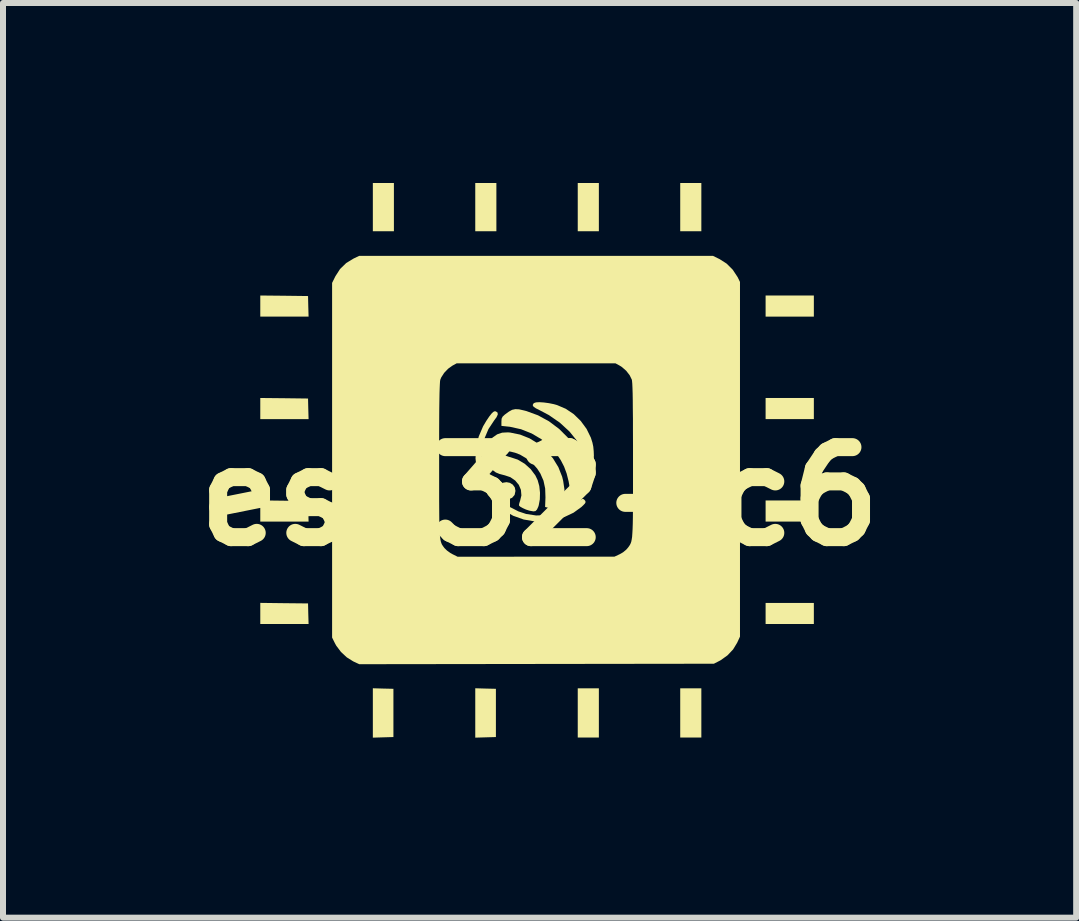
<source format=kicad_pcb>
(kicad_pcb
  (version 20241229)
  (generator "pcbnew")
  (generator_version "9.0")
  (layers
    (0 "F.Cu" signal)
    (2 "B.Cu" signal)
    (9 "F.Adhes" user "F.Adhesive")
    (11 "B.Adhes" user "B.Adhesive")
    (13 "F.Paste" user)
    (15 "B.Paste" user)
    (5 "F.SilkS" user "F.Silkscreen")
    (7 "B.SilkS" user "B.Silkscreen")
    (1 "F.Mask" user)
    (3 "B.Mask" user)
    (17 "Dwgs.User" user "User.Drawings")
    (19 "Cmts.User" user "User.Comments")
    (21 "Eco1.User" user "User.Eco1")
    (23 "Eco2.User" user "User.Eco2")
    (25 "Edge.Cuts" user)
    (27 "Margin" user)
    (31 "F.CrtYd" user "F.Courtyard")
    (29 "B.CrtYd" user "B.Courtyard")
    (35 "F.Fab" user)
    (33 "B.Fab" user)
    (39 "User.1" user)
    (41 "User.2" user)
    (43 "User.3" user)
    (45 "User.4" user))
  (footprint "esp32-c6"
    (layer "F.Cu")
    (at 5.943 5.224)
    (property "Reference" "esp32-c6" (at 0 0 0) (layer "F.SilkS") (effects (font (size 1.5 1.5) (thickness 0.3))))
    (attr board_only exclude_from_pos_files exclude_from_bom)
    (fp_poly (pts (xy -4.257 -3.345) (xy -3.859 -3.34) (xy -3.855 -3.169) (xy -3.85 -2.997) (xy -4.252 -2.997) (xy -4.655 -2.997) (xy -4.655 -3.173) (xy -4.655 -3.349)) (stroke (width 0) (type solid)) (fill yes) (layer "F.SilkS"))
    (fp_poly (pts (xy -4.257 -1.637) (xy -3.859 -1.632) (xy -3.855 -1.461) (xy -3.85 -1.289) (xy -4.252 -1.289) (xy -4.655 -1.289) (xy -4.655 -1.465) (xy -4.655 -1.641)) (stroke (width 0) (type solid)) (fill yes) (layer "F.SilkS"))
    (fp_poly (pts (xy -4.257 0.071) (xy -3.859 0.075) (xy -3.855 0.247) (xy -3.85 0.419) (xy -4.252 0.419) (xy -4.655 0.419) (xy -4.655 0.242) (xy -4.655 0.066)) (stroke (width 0) (type solid)) (fill yes) (layer "F.SilkS"))
    (fp_poly (pts (xy -4.257 1.779) (xy -3.859 1.783) (xy -3.855 1.955) (xy -3.85 2.126) (xy -4.252 2.126) (xy -4.655 2.126) (xy -4.655 1.95) (xy -4.655 1.774)) (stroke (width 0) (type solid)) (fill yes) (layer "F.SilkS"))
    (fp_poly (pts (xy -2.608 3.202) (xy -2.436 3.206) (xy -2.436 3.608) (xy -2.436 4.01) (xy -2.608 4.015) (xy -2.779 4.02) (xy -2.779 3.608) (xy -2.779 3.197)) (stroke (width 0) (type solid)) (fill yes) (layer "F.SilkS"))
    (fp_poly (pts (xy -2.428 -4.822) (xy -2.428 -4.42) (xy -2.604 -4.42) (xy -2.779 -4.42) (xy -2.779 -4.822) (xy -2.779 -5.224) (xy -2.604 -5.224) (xy -2.428 -5.224)) (stroke (width 0) (type solid)) (fill yes) (layer "F.SilkS"))
    (fp_poly (pts (xy -0.9 3.202) (xy -0.728 3.206) (xy -0.728 3.608) (xy -0.728 4.01) (xy -0.9 4.015) (xy -1.072 4.02) (xy -1.072 3.608) (xy -1.072 3.197)) (stroke (width 0) (type solid)) (fill yes) (layer "F.SilkS"))
    (fp_poly (pts (xy -0.72 -4.822) (xy -0.72 -4.42) (xy -0.896 -4.42) (xy -1.072 -4.42) (xy -1.072 -4.822) (xy -1.072 -5.224) (xy -0.896 -5.224) (xy -0.72 -5.224)) (stroke (width 0) (type solid)) (fill yes) (layer "F.SilkS"))
    (fp_poly (pts (xy 0.988 -4.822) (xy 0.988 -4.42) (xy 0.812 -4.42) (xy 0.636 -4.42) (xy 0.636 -4.822) (xy 0.636 -5.224) (xy 0.812 -5.224) (xy 0.988 -5.224)) (stroke (width 0) (type solid)) (fill yes) (layer "F.SilkS"))
    (fp_poly (pts (xy 0.988 3.608) (xy 0.988 4.018) (xy 0.812 4.018) (xy 0.636 4.018) (xy 0.636 3.608) (xy 0.636 3.198) (xy 0.812 3.198) (xy 0.988 3.198)) (stroke (width 0) (type solid)) (fill yes) (layer "F.SilkS"))
    (fp_poly (pts (xy 2.696 -4.822) (xy 2.696 -4.42) (xy 2.52 -4.42) (xy 2.344 -4.42) (xy 2.344 -4.822) (xy 2.344 -5.224) (xy 2.52 -5.224) (xy 2.696 -5.224)) (stroke (width 0) (type solid)) (fill yes) (layer "F.SilkS"))
    (fp_poly (pts (xy 2.696 3.608) (xy 2.696 4.018) (xy 2.52 4.018) (xy 2.344 4.018) (xy 2.344 3.608) (xy 2.344 3.198) (xy 2.52 3.198) (xy 2.696 3.198)) (stroke (width 0) (type solid)) (fill yes) (layer "F.SilkS"))
    (fp_poly (pts (xy 4.571 -3.173) (xy 4.571 -2.997) (xy 4.169 -2.997) (xy 3.767 -2.997) (xy 3.767 -3.173) (xy 3.767 -3.349) (xy 4.169 -3.349) (xy 4.571 -3.349)) (stroke (width 0) (type solid)) (fill yes) (layer "F.SilkS"))
    (fp_poly (pts (xy 4.571 -1.465) (xy 4.571 -1.289) (xy 4.169 -1.289) (xy 3.767 -1.289) (xy 3.767 -1.465) (xy 3.767 -1.641) (xy 4.169 -1.641) (xy 4.571 -1.641)) (stroke (width 0) (type solid)) (fill yes) (layer "F.SilkS"))
    (fp_poly (pts (xy 4.571 0.243) (xy 4.571 0.419) (xy 4.169 0.419) (xy 3.767 0.419) (xy 3.767 0.243) (xy 3.767 0.067) (xy 4.169 0.067) (xy 4.571 0.067)) (stroke (width 0) (type solid)) (fill yes) (layer "F.SilkS"))
    (fp_poly (pts (xy 4.571 1.951) (xy 4.571 2.126) (xy 4.169 2.126) (xy 3.767 2.126) (xy 3.767 1.951) (xy 3.767 1.775) (xy 4.169 1.775) (xy 4.571 1.775)) (stroke (width 0) (type solid)) (fill yes) (layer "F.SilkS"))
    (fp_poly (pts (xy -0.496 -0.227) (xy -0.447 -0.197) (xy -0.413 -0.15) (xy -0.402 -0.092) (xy -0.416 -0.026) (xy -0.457 0.022) (xy -0.518 0.048) (xy -0.549 0.05) (xy -0.608 0.041) (xy -0.648 0.013) (xy -0.686 -0.043) (xy -0.696 -0.097) (xy -0.686 -0.145) (xy -0.654 -0.198) (xy -0.607 -0.229) (xy -0.551 -0.238)) (stroke (width 0) (type solid)) (fill yes) (layer "F.SilkS"))
    (fp_poly (pts (xy 0.072 -1.566) (xy 0.154 -1.555) (xy 0.238 -1.538) (xy 0.291 -1.523) (xy 0.436 -1.461) (xy 0.569 -1.372) (xy 0.686 -1.258) (xy 0.783 -1.126) (xy 0.855 -0.979) (xy 0.881 -0.896) (xy 0.895 -0.829) (xy 0.902 -0.755) (xy 0.905 -0.681) (xy 0.901 -0.617) (xy 0.892 -0.569) (xy 0.878 -0.546) (xy 0.878 -0.546) (xy 0.838 -0.536) (xy 0.821 -0.548) (xy 0.82 -0.557) (xy 0.812 -0.591) (xy 0.789 -0.645) (xy 0.754 -0.714) (xy 0.713 -0.789) (xy 0.668 -0.863) (xy 0.634 -0.914) (xy 0.498 -1.082) (xy 0.337 -1.23) (xy 0.153 -1.357) (xy 0.007 -1.434) (xy -0.062 -1.469) (xy -0.102 -1.497) (xy -0.115 -1.522) (xy -0.103 -1.547) (xy -0.092 -1.557) (xy -0.059 -1.568) (xy -0.002 -1.571)) (stroke (width 0) (type solid)) (fill yes) (layer "F.SilkS"))
    (fp_poly (pts (xy -0.343 -1.452) (xy -0.263 -1.434) (xy -0.22 -1.423) (xy -0.026 -1.352) (xy 0.157 -1.252) (xy 0.326 -1.125) (xy 0.475 -0.976) (xy 0.601 -0.806) (xy 0.67 -0.687) (xy 0.709 -0.6) (xy 0.745 -0.5) (xy 0.775 -0.402) (xy 0.794 -0.316) (xy 0.797 -0.293) (xy 0.8 -0.245) (xy 0.794 -0.208) (xy 0.775 -0.172) (xy 0.741 -0.126) (xy 0.703 -0.079) (xy 0.673 -0.053) (xy 0.64 -0.041) (xy 0.599 -0.037) (xy 0.521 -0.032) (xy 0.512 -0.095) (xy 0.484 -0.251) (xy 0.451 -0.382) (xy 0.409 -0.496) (xy 0.355 -0.601) (xy 0.294 -0.694) (xy 0.174 -0.835) (xy 0.03 -0.954) (xy -0.133 -1.05) (xy -0.309 -1.12) (xy -0.494 -1.161) (xy -0.523 -1.164) (xy -0.636 -1.176) (xy -0.636 -1.248) (xy -0.633 -1.296) (xy -0.617 -1.329) (xy -0.581 -1.363) (xy -0.573 -1.369) (xy -0.51 -1.415) (xy -0.457 -1.444) (xy -0.404 -1.455)) (stroke (width 0) (type solid)) (fill yes) (layer "F.SilkS"))
    (fp_poly (pts (xy -0.728 -1.417) (xy -0.7 -1.397) (xy -0.697 -1.365) (xy -0.719 -1.318) (xy -0.755 -1.27) (xy -0.852 -1.123) (xy -0.918 -0.967) (xy -0.956 -0.807) (xy -0.966 -0.645) (xy -0.949 -0.485) (xy -0.907 -0.33) (xy -0.84 -0.183) (xy -0.75 -0.049) (xy -0.638 0.071) (xy -0.505 0.171) (xy -0.353 0.249) (xy -0.224 0.292) (xy -0.059 0.317) (xy 0.11 0.313) (xy 0.278 0.28) (xy 0.437 0.221) (xy 0.581 0.135) (xy 0.626 0.101) (xy 0.678 0.06) (xy 0.713 0.042) (xy 0.737 0.046) (xy 0.758 0.069) (xy 0.761 0.074) (xy 0.767 0.093) (xy 0.757 0.116) (xy 0.727 0.148) (xy 0.696 0.177) (xy 0.566 0.271) (xy 0.416 0.342) (xy 0.253 0.391) (xy 0.081 0.416) (xy -0.093 0.414) (xy -0.262 0.385) (xy -0.264 0.385) (xy -0.44 0.322) (xy -0.6 0.231) (xy -0.741 0.116) (xy -0.86 -0.022) (xy -0.955 -0.179) (xy -1.023 -0.352) (xy -1.048 -0.451) (xy -1.068 -0.635) (xy -1.056 -0.819) (xy -1.014 -0.999) (xy -0.942 -1.168) (xy -0.887 -1.261) (xy -0.837 -1.335) (xy -0.799 -1.383) (xy -0.77 -1.41) (xy -0.747 -1.42)) (stroke (width 0) (type solid)) (fill yes) (layer "F.SilkS"))
    (fp_poly (pts (xy -0.491 -1.065) (xy -0.325 -1.031) (xy -0.167 -0.968) (xy -0.021 -0.879) (xy 0.111 -0.767) (xy 0.223 -0.635) (xy 0.313 -0.488) (xy 0.376 -0.329) (xy 0.393 -0.26) (xy 0.414 -0.119) (xy 0.417 0.018) (xy 0.408 0.104) (xy 0.397 0.145) (xy 0.375 0.17) (xy 0.332 0.191) (xy 0.326 0.193) (xy 0.278 0.209) (xy 0.237 0.212) (xy 0.187 0.201) (xy 0.174 0.198) (xy 0.092 0.175) (xy 0.098 0.016) (xy 0.093 -0.133) (xy 0.065 -0.263) (xy 0.013 -0.382) (xy -0.04 -0.464) (xy -0.12 -0.554) (xy -0.219 -0.634) (xy -0.326 -0.697) (xy -0.407 -0.728) (xy -0.483 -0.747) (xy -0.544 -0.753) (xy -0.584 -0.746) (xy -0.593 -0.738) (xy -0.597 -0.707) (xy -0.569 -0.681) (xy -0.51 -0.66) (xy -0.489 -0.655) (xy -0.365 -0.614) (xy -0.25 -0.546) (xy -0.149 -0.456) (xy -0.07 -0.35) (xy -0.032 -0.271) (xy -0.005 -0.173) (xy 0.007 -0.062) (xy 0.004 0.049) (xy -0.014 0.147) (xy -0.022 0.172) (xy -0.044 0.219) (xy -0.068 0.244) (xy -0.103 0.249) (xy -0.159 0.239) (xy -0.176 0.235) (xy -0.226 0.219) (xy -0.279 0.195) (xy -0.322 0.171) (xy -0.342 0.153) (xy -0.342 0.129) (xy -0.331 0.089) (xy -0.326 0.078) (xy -0.303 -0.017) (xy -0.311 -0.109) (xy -0.346 -0.193) (xy -0.406 -0.265) (xy -0.487 -0.321) (xy -0.58 -0.352) (xy -0.666 -0.374) (xy -0.729 -0.4) (xy -0.781 -0.438) (xy -0.807 -0.463) (xy -0.866 -0.548) (xy -0.898 -0.645) (xy -0.902 -0.746) (xy -0.879 -0.844) (xy -0.828 -0.933) (xy -0.783 -0.982) (xy -0.707 -1.035) (xy -0.624 -1.063) (xy -0.527 -1.068)) (stroke (width 0) (type solid)) (fill yes) (layer "F.SilkS"))
    (fp_poly (pts (xy 3.001 -3.955) (xy 3.118 -3.88) (xy 3.219 -3.779) (xy 3.297 -3.661) (xy 3.301 -3.655) (xy 3.34 -3.575) (xy 3.34 -0.62) (xy 3.34 2.336) (xy 3.293 2.438) (xy 3.225 2.55) (xy 3.131 2.649) (xy 3.019 2.729) (xy 2.997 2.741) (xy 2.905 2.788) (xy -0.05 2.792) (xy -3.005 2.796) (xy -3.106 2.749) (xy -3.213 2.682) (xy -3.31 2.592) (xy -3.389 2.487) (xy -3.412 2.445) (xy -3.458 2.352) (xy -3.458 -0.353) (xy -1.674 -0.353) (xy -1.674 -0.142) (xy -1.674 0.041) (xy -1.673 0.197) (xy -1.672 0.33) (xy -1.671 0.44) (xy -1.668 0.531) (xy -1.665 0.605) (xy -1.66 0.664) (xy -1.654 0.711) (xy -1.647 0.747) (xy -1.638 0.776) (xy -1.628 0.8) (xy -1.615 0.82) (xy -1.601 0.84) (xy -1.585 0.861) (xy -1.582 0.864) (xy -1.543 0.902) (xy -1.489 0.941) (xy -1.454 0.961) (xy -1.366 1.005) (xy -0.06 1.004) (xy 1.247 1.004) (xy 1.333 0.964) (xy 1.391 0.931) (xy 1.442 0.889) (xy 1.462 0.867) (xy 1.48 0.845) (xy 1.494 0.825) (xy 1.507 0.805) (xy 1.518 0.782) (xy 1.528 0.754) (xy 1.535 0.719) (xy 1.542 0.674) (xy 1.546 0.617) (xy 1.55 0.546) (xy 1.553 0.458) (xy 1.555 0.352) (xy 1.556 0.224) (xy 1.557 0.072) (xy 1.557 -0.106) (xy 1.557 -0.312) (xy 1.557 -0.548) (xy 1.557 -0.596) (xy 1.557 -0.859) (xy 1.556 -1.091) (xy 1.556 -1.291) (xy 1.554 -1.462) (xy 1.553 -1.605) (xy 1.551 -1.721) (xy 1.548 -1.812) (xy 1.545 -1.879) (xy 1.541 -1.923) (xy 1.538 -1.945) (xy 1.502 -2.019) (xy 1.444 -2.094) (xy 1.373 -2.156) (xy 1.334 -2.181) (xy 1.264 -2.219) (xy -0.059 -2.219) (xy -1.381 -2.219) (xy -1.451 -2.181) (xy -1.524 -2.129) (xy -1.59 -2.06) (xy -1.639 -1.984) (xy -1.655 -1.945) (xy -1.659 -1.92) (xy -1.662 -1.874) (xy -1.665 -1.806) (xy -1.668 -1.713) (xy -1.67 -1.595) (xy -1.672 -1.45) (xy -1.673 -1.277) (xy -1.674 -1.074) (xy -1.674 -0.841) (xy -1.674 -0.596) (xy -1.674 -0.353) (xy -3.458 -0.353) (xy -3.458 -0.603) (xy -3.458 -3.559) (xy -3.403 -3.67) (xy -3.325 -3.791) (xy -3.222 -3.891) (xy -3.098 -3.966) (xy -3.005 -4.01) (xy -0.058 -4.01) (xy 2.889 -4.01)) (stroke (width 0) (type solid)) (fill yes) (layer "F.SilkS")))
  (gr_rect
    (start -3 -3)
    (end 14.886 12.244)
    (stroke (width 0.1) (type default))
    (fill no)
    (layer "Edge.Cuts")))
</source>
